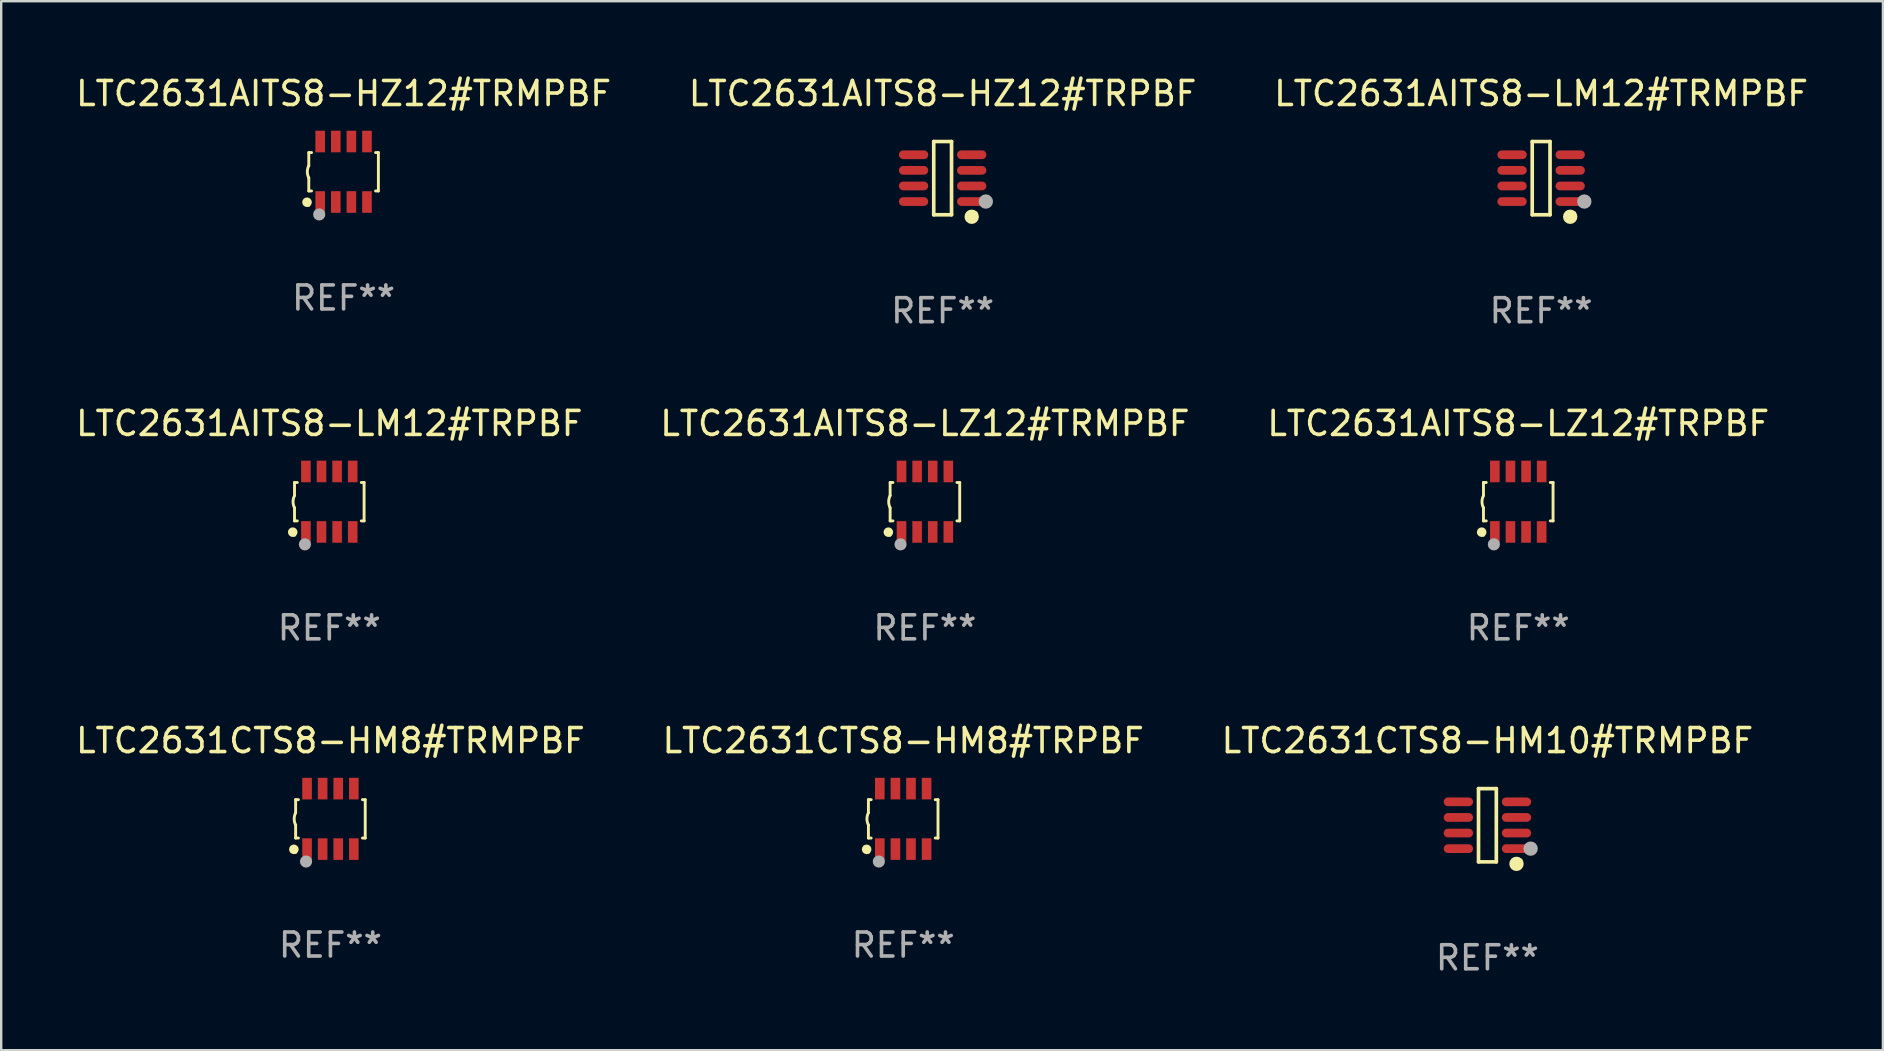
<source format=kicad_pcb>
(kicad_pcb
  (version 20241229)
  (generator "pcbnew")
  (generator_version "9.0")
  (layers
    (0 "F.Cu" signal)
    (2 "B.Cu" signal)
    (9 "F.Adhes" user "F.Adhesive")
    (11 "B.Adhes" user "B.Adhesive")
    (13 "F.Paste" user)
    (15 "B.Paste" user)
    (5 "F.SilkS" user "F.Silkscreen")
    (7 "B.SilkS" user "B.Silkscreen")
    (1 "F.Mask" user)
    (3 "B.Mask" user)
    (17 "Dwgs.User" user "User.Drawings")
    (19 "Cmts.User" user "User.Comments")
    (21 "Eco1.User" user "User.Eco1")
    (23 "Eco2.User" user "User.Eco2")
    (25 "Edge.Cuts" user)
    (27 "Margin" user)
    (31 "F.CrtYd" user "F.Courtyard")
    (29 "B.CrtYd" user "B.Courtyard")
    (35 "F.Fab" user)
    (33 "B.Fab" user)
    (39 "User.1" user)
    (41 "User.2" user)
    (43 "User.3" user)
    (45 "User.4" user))
  (footprint "LTC2631AITS8-LZ12#TRPBF"
    (layer "F.Cu")
    (at 60.22 17.857)
    (property "Reference" "LTC2631AITS8-LZ12#TRPBF" (at 0 -3.26 0) (layer "F.SilkS") (effects (font (size 1 1) (thickness 0.15))))
    (attr through_hole)
    (fp_line (start -1.45 -0.8) (end -1.45 -0.254) (stroke (width 0.12) (type solid)) (layer "F.SilkS"))
    (fp_line (start -1.45 -0.8) (end -1.334 -0.8) (stroke (width 0.12) (type solid)) (layer "F.SilkS"))
    (fp_line (start -1.45 0.8) (end -1.45 0.254) (stroke (width 0.12) (type solid)) (layer "F.SilkS"))
    (fp_line (start -1.45 0.8) (end -1.334 0.8) (stroke (width 0.12) (type solid)) (layer "F.SilkS"))
    (fp_line (start 1.334 -0.8) (end 1.45 -0.8) (stroke (width 0.12) (type solid)) (layer "F.SilkS"))
    (fp_line (start 1.334 0.8) (end 1.45 0.8) (stroke (width 0.12) (type solid)) (layer "F.SilkS"))
    (fp_line (start 1.45 0.8) (end 1.45 -0.8) (stroke (width 0.12) (type solid)) (layer "F.SilkS"))
    (fp_arc (start -1.45075 0.255144) (mid -1.510605 0.000434) (end -1.450013 -0.254102) (stroke (width 0.11999) (type solid)) (layer "F.SilkS"))
    (fp_circle (center -1.524 1.27) (end -1.424 1.27) (stroke (width 0.2) (type solid)) (fill no) (layer "F.SilkS"))
    (fp_circle (center -1.45 1.4) (end -1.42 1.4) (stroke (width 0.06) (type solid)) (fill no) (layer "F.SilkS"))
    (fp_circle (center -1.016 1.778) (end -0.889 1.778) (stroke (width 0.254) (type solid)) (fill no) (layer "F.Fab"))
    (fp_text user "REF**" (at 0 5.26 0) (layer "F.Fab") (effects (font (size 1 1) (thickness 0.15))))
    (pad "1" smd rect (at -0.975 1.26) (size 0.4 0.9) (layers "F.Cu" "F.Mask" "F.Paste"))
    (pad "2" smd rect (at -0.325 1.26) (size 0.4 0.9) (layers "F.Cu" "F.Mask" "F.Paste"))
    (pad "3" smd rect (at 0.325 1.26) (size 0.4 0.9) (layers "F.Cu" "F.Mask" "F.Paste"))
    (pad "4" smd rect (at 0.975 1.26) (size 0.4 0.9) (layers "F.Cu" "F.Mask" "F.Paste"))
    (pad "5" smd rect (at 0.975 -1.26) (size 0.4 0.9) (layers "F.Cu" "F.Mask" "F.Paste"))
    (pad "6" smd rect (at 0.325 -1.26) (size 0.4 0.9) (layers "F.Cu" "F.Mask" "F.Paste"))
    (pad "7" smd rect (at -0.325 -1.26) (size 0.4 0.9) (layers "F.Cu" "F.Mask" "F.Paste"))
    (pad "8" smd rect (at -0.975 -1.26) (size 0.4 0.9) (layers "F.Cu" "F.Mask" "F.Paste")))
  (footprint "LTC2631AITS8-LM12#TRPBF"
    (layer "F.Cu")
    (at 10.673 17.857)
    (property "Reference" "LTC2631AITS8-LM12#TRPBF" (at 0 -3.26 0) (layer "F.SilkS") (effects (font (size 1 1) (thickness 0.15))))
    (attr through_hole)
    (fp_line (start -1.45 -0.8) (end -1.45 -0.254) (stroke (width 0.12) (type solid)) (layer "F.SilkS"))
    (fp_line (start -1.45 -0.8) (end -1.334 -0.8) (stroke (width 0.12) (type solid)) (layer "F.SilkS"))
    (fp_line (start -1.45 0.8) (end -1.45 0.254) (stroke (width 0.12) (type solid)) (layer "F.SilkS"))
    (fp_line (start -1.45 0.8) (end -1.334 0.8) (stroke (width 0.12) (type solid)) (layer "F.SilkS"))
    (fp_line (start 1.334 -0.8) (end 1.45 -0.8) (stroke (width 0.12) (type solid)) (layer "F.SilkS"))
    (fp_line (start 1.334 0.8) (end 1.45 0.8) (stroke (width 0.12) (type solid)) (layer "F.SilkS"))
    (fp_line (start 1.45 0.8) (end 1.45 -0.8) (stroke (width 0.12) (type solid)) (layer "F.SilkS"))
    (fp_arc (start -1.45075 0.255144) (mid -1.510605 0.000434) (end -1.450013 -0.254102) (stroke (width 0.11999) (type solid)) (layer "F.SilkS"))
    (fp_circle (center -1.524 1.27) (end -1.424 1.27) (stroke (width 0.2) (type solid)) (fill no) (layer "F.SilkS"))
    (fp_circle (center -1.45 1.4) (end -1.42 1.4) (stroke (width 0.06) (type solid)) (fill no) (layer "F.SilkS"))
    (fp_circle (center -1.016 1.778) (end -0.889 1.778) (stroke (width 0.254) (type solid)) (fill no) (layer "F.Fab"))
    (fp_text user "REF**" (at 0 5.26 0) (layer "F.Fab") (effects (font (size 1 1) (thickness 0.15))))
    (pad "1" smd rect (at -0.975 1.26) (size 0.4 0.9) (layers "F.Cu" "F.Mask" "F.Paste"))
    (pad "2" smd rect (at -0.325 1.26) (size 0.4 0.9) (layers "F.Cu" "F.Mask" "F.Paste"))
    (pad "3" smd rect (at 0.325 1.26) (size 0.4 0.9) (layers "F.Cu" "F.Mask" "F.Paste"))
    (pad "4" smd rect (at 0.975 1.26) (size 0.4 0.9) (layers "F.Cu" "F.Mask" "F.Paste"))
    (pad "5" smd rect (at 0.975 -1.26) (size 0.4 0.9) (layers "F.Cu" "F.Mask" "F.Paste"))
    (pad "6" smd rect (at 0.325 -1.26) (size 0.4 0.9) (layers "F.Cu" "F.Mask" "F.Paste"))
    (pad "7" smd rect (at -0.325 -1.26) (size 0.4 0.9) (layers "F.Cu" "F.Mask" "F.Paste"))
    (pad "8" smd rect (at -0.975 -1.26) (size 0.4 0.9) (layers "F.Cu" "F.Mask" "F.Paste")))
  (footprint "LTC2631AITS8-HZ12#TRMPBF"
    (layer "F.Cu")
    (at 11.268 4.108)
    (property "Reference" "LTC2631AITS8-HZ12#TRMPBF" (at 0 -3.26 0) (layer "F.SilkS") (effects (font (size 1 1) (thickness 0.15))))
    (attr through_hole)
    (fp_line (start -1.45 -0.8) (end -1.45 -0.254) (stroke (width 0.12) (type solid)) (layer "F.SilkS"))
    (fp_line (start -1.45 -0.8) (end -1.334 -0.8) (stroke (width 0.12) (type solid)) (layer "F.SilkS"))
    (fp_line (start -1.45 0.8) (end -1.45 0.254) (stroke (width 0.12) (type solid)) (layer "F.SilkS"))
    (fp_line (start -1.45 0.8) (end -1.334 0.8) (stroke (width 0.12) (type solid)) (layer "F.SilkS"))
    (fp_line (start 1.334 -0.8) (end 1.45 -0.8) (stroke (width 0.12) (type solid)) (layer "F.SilkS"))
    (fp_line (start 1.334 0.8) (end 1.45 0.8) (stroke (width 0.12) (type solid)) (layer "F.SilkS"))
    (fp_line (start 1.45 0.8) (end 1.45 -0.8) (stroke (width 0.12) (type solid)) (layer "F.SilkS"))
    (fp_arc (start -1.45075 0.255144) (mid -1.510605 0.000434) (end -1.450013 -0.254102) (stroke (width 0.11999) (type solid)) (layer "F.SilkS"))
    (fp_circle (center -1.524 1.27) (end -1.424 1.27) (stroke (width 0.2) (type solid)) (fill no) (layer "F.SilkS"))
    (fp_circle (center -1.45 1.4) (end -1.42 1.4) (stroke (width 0.06) (type solid)) (fill no) (layer "F.SilkS"))
    (fp_circle (center -1.016 1.778) (end -0.889 1.778) (stroke (width 0.254) (type solid)) (fill no) (layer "F.Fab"))
    (fp_text user "REF**" (at 0 5.26 0) (layer "F.Fab") (effects (font (size 1 1) (thickness 0.15))))
    (pad "1" smd rect (at -0.975 1.26) (size 0.4 0.9) (layers "F.Cu" "F.Mask" "F.Paste"))
    (pad "2" smd rect (at -0.325 1.26) (size 0.4 0.9) (layers "F.Cu" "F.Mask" "F.Paste"))
    (pad "3" smd rect (at 0.325 1.26) (size 0.4 0.9) (layers "F.Cu" "F.Mask" "F.Paste"))
    (pad "4" smd rect (at 0.975 1.26) (size 0.4 0.9) (layers "F.Cu" "F.Mask" "F.Paste"))
    (pad "5" smd rect (at 0.975 -1.26) (size 0.4 0.9) (layers "F.Cu" "F.Mask" "F.Paste"))
    (pad "6" smd rect (at 0.325 -1.26) (size 0.4 0.9) (layers "F.Cu" "F.Mask" "F.Paste"))
    (pad "7" smd rect (at -0.325 -1.26) (size 0.4 0.9) (layers "F.Cu" "F.Mask" "F.Paste"))
    (pad "8" smd rect (at -0.975 -1.26) (size 0.4 0.9) (layers "F.Cu" "F.Mask" "F.Paste")))
  (footprint "LTC2631CTS8-HM8#TRMPBF"
    (layer "F.Cu")
    (at 10.72 31.074)
    (property "Reference" "LTC2631CTS8-HM8#TRMPBF" (at 0 -3.26 0) (layer "F.SilkS") (effects (font (size 1 1) (thickness 0.15))))
    (attr through_hole)
    (fp_line (start -1.45 -0.8) (end -1.45 -0.254) (stroke (width 0.12) (type solid)) (layer "F.SilkS"))
    (fp_line (start -1.45 -0.8) (end -1.334 -0.8) (stroke (width 0.12) (type solid)) (layer "F.SilkS"))
    (fp_line (start -1.45 0.8) (end -1.45 0.254) (stroke (width 0.12) (type solid)) (layer "F.SilkS"))
    (fp_line (start -1.45 0.8) (end -1.334 0.8) (stroke (width 0.12) (type solid)) (layer "F.SilkS"))
    (fp_line (start 1.334 -0.8) (end 1.45 -0.8) (stroke (width 0.12) (type solid)) (layer "F.SilkS"))
    (fp_line (start 1.334 0.8) (end 1.45 0.8) (stroke (width 0.12) (type solid)) (layer "F.SilkS"))
    (fp_line (start 1.45 0.8) (end 1.45 -0.8) (stroke (width 0.12) (type solid)) (layer "F.SilkS"))
    (fp_arc (start -1.45075 0.255144) (mid -1.510605 0.000434) (end -1.450013 -0.254102) (stroke (width 0.11999) (type solid)) (layer "F.SilkS"))
    (fp_circle (center -1.524 1.27) (end -1.424 1.27) (stroke (width 0.2) (type solid)) (fill no) (layer "F.SilkS"))
    (fp_circle (center -1.45 1.4) (end -1.42 1.4) (stroke (width 0.06) (type solid)) (fill no) (layer "F.SilkS"))
    (fp_circle (center -1.016 1.778) (end -0.889 1.778) (stroke (width 0.254) (type solid)) (fill no) (layer "F.Fab"))
    (fp_text user "REF**" (at 0 5.26 0) (layer "F.Fab") (effects (font (size 1 1) (thickness 0.15))))
    (pad "1" smd rect (at -0.975 1.26) (size 0.4 0.9) (layers "F.Cu" "F.Mask" "F.Paste"))
    (pad "2" smd rect (at -0.325 1.26) (size 0.4 0.9) (layers "F.Cu" "F.Mask" "F.Paste"))
    (pad "3" smd rect (at 0.325 1.26) (size 0.4 0.9) (layers "F.Cu" "F.Mask" "F.Paste"))
    (pad "4" smd rect (at 0.975 1.26) (size 0.4 0.9) (layers "F.Cu" "F.Mask" "F.Paste"))
    (pad "5" smd rect (at 0.975 -1.26) (size 0.4 0.9) (layers "F.Cu" "F.Mask" "F.Paste"))
    (pad "6" smd rect (at 0.325 -1.26) (size 0.4 0.9) (layers "F.Cu" "F.Mask" "F.Paste"))
    (pad "7" smd rect (at -0.325 -1.26) (size 0.4 0.9) (layers "F.Cu" "F.Mask" "F.Paste"))
    (pad "8" smd rect (at -0.975 -1.26) (size 0.4 0.9) (layers "F.Cu" "F.Mask" "F.Paste")))
  (footprint "LTC2631CTS8-HM8#TRPBF"
    (layer "F.Cu")
    (at 34.589 31.074)
    (property "Reference" "LTC2631CTS8-HM8#TRPBF" (at 0 -3.26 0) (layer "F.SilkS") (effects (font (size 1 1) (thickness 0.15))))
    (attr through_hole)
    (fp_line (start -1.45 -0.8) (end -1.45 -0.254) (stroke (width 0.12) (type solid)) (layer "F.SilkS"))
    (fp_line (start -1.45 -0.8) (end -1.334 -0.8) (stroke (width 0.12) (type solid)) (layer "F.SilkS"))
    (fp_line (start -1.45 0.8) (end -1.45 0.254) (stroke (width 0.12) (type solid)) (layer "F.SilkS"))
    (fp_line (start -1.45 0.8) (end -1.334 0.8) (stroke (width 0.12) (type solid)) (layer "F.SilkS"))
    (fp_line (start 1.334 -0.8) (end 1.45 -0.8) (stroke (width 0.12) (type solid)) (layer "F.SilkS"))
    (fp_line (start 1.334 0.8) (end 1.45 0.8) (stroke (width 0.12) (type solid)) (layer "F.SilkS"))
    (fp_line (start 1.45 0.8) (end 1.45 -0.8) (stroke (width 0.12) (type solid)) (layer "F.SilkS"))
    (fp_arc (start -1.45075 0.255144) (mid -1.510605 0.000434) (end -1.450013 -0.254102) (stroke (width 0.11999) (type solid)) (layer "F.SilkS"))
    (fp_circle (center -1.524 1.27) (end -1.424 1.27) (stroke (width 0.2) (type solid)) (fill no) (layer "F.SilkS"))
    (fp_circle (center -1.45 1.4) (end -1.42 1.4) (stroke (width 0.06) (type solid)) (fill no) (layer "F.SilkS"))
    (fp_circle (center -1.016 1.778) (end -0.889 1.778) (stroke (width 0.254) (type solid)) (fill no) (layer "F.Fab"))
    (fp_text user "REF**" (at 0 5.26 0) (layer "F.Fab") (effects (font (size 1 1) (thickness 0.15))))
    (pad "1" smd rect (at -0.975 1.26) (size 0.4 0.9) (layers "F.Cu" "F.Mask" "F.Paste"))
    (pad "2" smd rect (at -0.325 1.26) (size 0.4 0.9) (layers "F.Cu" "F.Mask" "F.Paste"))
    (pad "3" smd rect (at 0.325 1.26) (size 0.4 0.9) (layers "F.Cu" "F.Mask" "F.Paste"))
    (pad "4" smd rect (at 0.975 1.26) (size 0.4 0.9) (layers "F.Cu" "F.Mask" "F.Paste"))
    (pad "5" smd rect (at 0.975 -1.26) (size 0.4 0.9) (layers "F.Cu" "F.Mask" "F.Paste"))
    (pad "6" smd rect (at 0.325 -1.26) (size 0.4 0.9) (layers "F.Cu" "F.Mask" "F.Paste"))
    (pad "7" smd rect (at -0.325 -1.26) (size 0.4 0.9) (layers "F.Cu" "F.Mask" "F.Paste"))
    (pad "8" smd rect (at -0.975 -1.26) (size 0.4 0.9) (layers "F.Cu" "F.Mask" "F.Paste")))
  (footprint "LTC2631AITS8-LM12#TRMPBF"
    (layer "F.Cu")
    (at 61.173 4.374)
    (property "Reference" "LTC2631AITS8-LM12#TRMPBF" (at 0 -3.526 0) (layer "F.SilkS") (effects (font (size 1 1) (thickness 0.15))))
    (attr through_hole)
    (fp_line (start -0.371 -1.526) (end 0.371 -1.526) (stroke (width 0.152) (type solid)) (layer "F.SilkS"))
    (fp_line (start -0.371 1.526) (end -0.371 -1.526) (stroke (width 0.152) (type solid)) (layer "F.SilkS"))
    (fp_line (start 0.371 -1.526) (end 0.371 1.526) (stroke (width 0.152) (type solid)) (layer "F.SilkS"))
    (fp_line (start 0.371 1.526) (end -0.371 1.526) (stroke (width 0.152) (type solid)) (layer "F.SilkS"))
    (fp_circle (center 1.211 1.609) (end 1.361 1.609) (stroke (width 0.3) (type solid)) (fill no) (layer "F.SilkS"))
    (fp_circle (center 1.4 1.45) (end 1.43 1.45) (stroke (width 0.06) (type solid)) (fill no) (layer "F.SilkS"))
    (fp_circle (center 1.8 0.975) (end 1.95 0.975) (stroke (width 0.3) (type solid)) (fill no) (layer "F.Fab"))
    (fp_text user "REF**" (at 0 5.526 0) (layer "F.Fab") (effects (font (size 1 1) (thickness 0.15))))
    (pad "1" smd oval (at 1.211 0.975) (size 1.222 0.364) (layers "F.Cu" "F.Mask" "F.Paste"))
    (pad "2" smd oval (at 1.211 0.325) (size 1.222 0.364) (layers "F.Cu" "F.Mask" "F.Paste"))
    (pad "3" smd oval (at 1.211 -0.325) (size 1.222 0.364) (layers "F.Cu" "F.Mask" "F.Paste"))
    (pad "4" smd oval (at 1.211 -0.975) (size 1.222 0.364) (layers "F.Cu" "F.Mask" "F.Paste"))
    (pad "5" smd oval (at -1.211 -0.975) (size 1.222 0.364) (layers "F.Cu" "F.Mask" "F.Paste"))
    (pad "6" smd oval (at -1.211 -0.325) (size 1.222 0.364) (layers "F.Cu" "F.Mask" "F.Paste"))
    (pad "7" smd oval (at -1.211 0.325) (size 1.222 0.364) (layers "F.Cu" "F.Mask" "F.Paste"))
    (pad "8" smd oval (at -1.211 0.975) (size 1.222 0.364) (layers "F.Cu" "F.Mask" "F.Paste")))
  (footprint "LTC2631CTS8-HM10#TRMPBF"
    (layer "F.Cu")
    (at 58.935 31.34)
    (property "Reference" "LTC2631CTS8-HM10#TRMPBF" (at 0 -3.526 0) (layer "F.SilkS") (effects (font (size 1 1) (thickness 0.15))))
    (attr through_hole)
    (fp_line (start -0.371 -1.526) (end 0.371 -1.526) (stroke (width 0.152) (type solid)) (layer "F.SilkS"))
    (fp_line (start -0.371 1.526) (end -0.371 -1.526) (stroke (width 0.152) (type solid)) (layer "F.SilkS"))
    (fp_line (start 0.371 -1.526) (end 0.371 1.526) (stroke (width 0.152) (type solid)) (layer "F.SilkS"))
    (fp_line (start 0.371 1.526) (end -0.371 1.526) (stroke (width 0.152) (type solid)) (layer "F.SilkS"))
    (fp_circle (center 1.211 1.609) (end 1.361 1.609) (stroke (width 0.3) (type solid)) (fill no) (layer "F.SilkS"))
    (fp_circle (center 1.4 1.45) (end 1.43 1.45) (stroke (width 0.06) (type solid)) (fill no) (layer "F.SilkS"))
    (fp_circle (center 1.8 0.975) (end 1.95 0.975) (stroke (width 0.3) (type solid)) (fill no) (layer "F.Fab"))
    (fp_text user "REF**" (at 0 5.526 0) (layer "F.Fab") (effects (font (size 1 1) (thickness 0.15))))
    (pad "1" smd oval (at 1.211 0.975) (size 1.222 0.364) (layers "F.Cu" "F.Mask" "F.Paste"))
    (pad "2" smd oval (at 1.211 0.325) (size 1.222 0.364) (layers "F.Cu" "F.Mask" "F.Paste"))
    (pad "3" smd oval (at 1.211 -0.325) (size 1.222 0.364) (layers "F.Cu" "F.Mask" "F.Paste"))
    (pad "4" smd oval (at 1.211 -0.975) (size 1.222 0.364) (layers "F.Cu" "F.Mask" "F.Paste"))
    (pad "5" smd oval (at -1.211 -0.975) (size 1.222 0.364) (layers "F.Cu" "F.Mask" "F.Paste"))
    (pad "6" smd oval (at -1.211 -0.325) (size 1.222 0.364) (layers "F.Cu" "F.Mask" "F.Paste"))
    (pad "7" smd oval (at -1.211 0.325) (size 1.222 0.364) (layers "F.Cu" "F.Mask" "F.Paste"))
    (pad "8" smd oval (at -1.211 0.975) (size 1.222 0.364) (layers "F.Cu" "F.Mask" "F.Paste")))
  (footprint "LTC2631AITS8-LZ12#TRMPBF"
    (layer "F.Cu")
    (at 35.494 17.857)
    (property "Reference" "LTC2631AITS8-LZ12#TRMPBF" (at 0 -3.26 0) (layer "F.SilkS") (effects (font (size 1 1) (thickness 0.15))))
    (attr through_hole)
    (fp_line (start -1.45 -0.8) (end -1.45 -0.254) (stroke (width 0.12) (type solid)) (layer "F.SilkS"))
    (fp_line (start -1.45 -0.8) (end -1.334 -0.8) (stroke (width 0.12) (type solid)) (layer "F.SilkS"))
    (fp_line (start -1.45 0.8) (end -1.45 0.254) (stroke (width 0.12) (type solid)) (layer "F.SilkS"))
    (fp_line (start -1.45 0.8) (end -1.334 0.8) (stroke (width 0.12) (type solid)) (layer "F.SilkS"))
    (fp_line (start 1.334 -0.8) (end 1.45 -0.8) (stroke (width 0.12) (type solid)) (layer "F.SilkS"))
    (fp_line (start 1.334 0.8) (end 1.45 0.8) (stroke (width 0.12) (type solid)) (layer "F.SilkS"))
    (fp_line (start 1.45 0.8) (end 1.45 -0.8) (stroke (width 0.12) (type solid)) (layer "F.SilkS"))
    (fp_arc (start -1.45075 0.255144) (mid -1.510605 0.000434) (end -1.450013 -0.254102) (stroke (width 0.11999) (type solid)) (layer "F.SilkS"))
    (fp_circle (center -1.524 1.27) (end -1.424 1.27) (stroke (width 0.2) (type solid)) (fill no) (layer "F.SilkS"))
    (fp_circle (center -1.45 1.4) (end -1.42 1.4) (stroke (width 0.06) (type solid)) (fill no) (layer "F.SilkS"))
    (fp_circle (center -1.016 1.778) (end -0.889 1.778) (stroke (width 0.254) (type solid)) (fill no) (layer "F.Fab"))
    (fp_text user "REF**" (at 0 5.26 0) (layer "F.Fab") (effects (font (size 1 1) (thickness 0.15))))
    (pad "1" smd rect (at -0.975 1.26) (size 0.4 0.9) (layers "F.Cu" "F.Mask" "F.Paste"))
    (pad "2" smd rect (at -0.325 1.26) (size 0.4 0.9) (layers "F.Cu" "F.Mask" "F.Paste"))
    (pad "3" smd rect (at 0.325 1.26) (size 0.4 0.9) (layers "F.Cu" "F.Mask" "F.Paste"))
    (pad "4" smd rect (at 0.975 1.26) (size 0.4 0.9) (layers "F.Cu" "F.Mask" "F.Paste"))
    (pad "5" smd rect (at 0.975 -1.26) (size 0.4 0.9) (layers "F.Cu" "F.Mask" "F.Paste"))
    (pad "6" smd rect (at 0.325 -1.26) (size 0.4 0.9) (layers "F.Cu" "F.Mask" "F.Paste"))
    (pad "7" smd rect (at -0.325 -1.26) (size 0.4 0.9) (layers "F.Cu" "F.Mask" "F.Paste"))
    (pad "8" smd rect (at -0.975 -1.26) (size 0.4 0.9) (layers "F.Cu" "F.Mask" "F.Paste")))
  (footprint "LTC2631AITS8-HZ12#TRPBF"
    (layer "F.Cu")
    (at 36.232 4.374)
    (property "Reference" "LTC2631AITS8-HZ12#TRPBF" (at 0 -3.526 0) (layer "F.SilkS") (effects (font (size 1 1) (thickness 0.15))))
    (attr through_hole)
    (fp_line (start -0.371 -1.526) (end 0.371 -1.526) (stroke (width 0.152) (type solid)) (layer "F.SilkS"))
    (fp_line (start -0.371 1.526) (end -0.371 -1.526) (stroke (width 0.152) (type solid)) (layer "F.SilkS"))
    (fp_line (start 0.371 -1.526) (end 0.371 1.526) (stroke (width 0.152) (type solid)) (layer "F.SilkS"))
    (fp_line (start 0.371 1.526) (end -0.371 1.526) (stroke (width 0.152) (type solid)) (layer "F.SilkS"))
    (fp_circle (center 1.211 1.609) (end 1.361 1.609) (stroke (width 0.3) (type solid)) (fill no) (layer "F.SilkS"))
    (fp_circle (center 1.4 1.45) (end 1.43 1.45) (stroke (width 0.06) (type solid)) (fill no) (layer "F.SilkS"))
    (fp_circle (center 1.8 0.975) (end 1.95 0.975) (stroke (width 0.3) (type solid)) (fill no) (layer "F.Fab"))
    (fp_text user "REF**" (at 0 5.526 0) (layer "F.Fab") (effects (font (size 1 1) (thickness 0.15))))
    (pad "1" smd oval (at 1.211 0.975) (size 1.222 0.364) (layers "F.Cu" "F.Mask" "F.Paste"))
    (pad "2" smd oval (at 1.211 0.325) (size 1.222 0.364) (layers "F.Cu" "F.Mask" "F.Paste"))
    (pad "3" smd oval (at 1.211 -0.325) (size 1.222 0.364) (layers "F.Cu" "F.Mask" "F.Paste"))
    (pad "4" smd oval (at 1.211 -0.975) (size 1.222 0.364) (layers "F.Cu" "F.Mask" "F.Paste"))
    (pad "5" smd oval (at -1.211 -0.975) (size 1.222 0.364) (layers "F.Cu" "F.Mask" "F.Paste"))
    (pad "6" smd oval (at -1.211 -0.325) (size 1.222 0.364) (layers "F.Cu" "F.Mask" "F.Paste"))
    (pad "7" smd oval (at -1.211 0.325) (size 1.222 0.364) (layers "F.Cu" "F.Mask" "F.Paste"))
    (pad "8" smd oval (at -1.211 0.975) (size 1.222 0.364) (layers "F.Cu" "F.Mask" "F.Paste")))
  (gr_rect
    (start -3 -3)
    (end 75.417 40.714)
    (stroke (width 0.1) (type default))
    (fill no)
    (layer "Edge.Cuts")))
</source>
